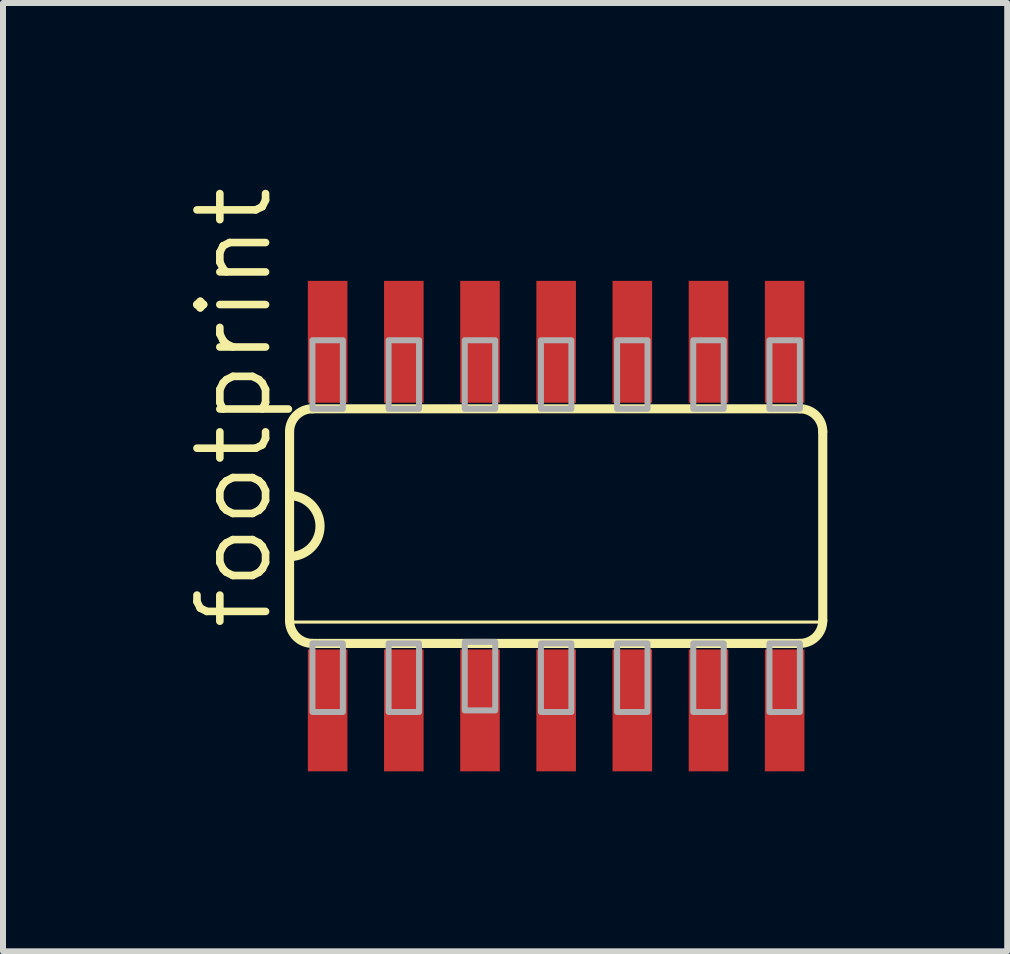
<source format=kicad_pcb>
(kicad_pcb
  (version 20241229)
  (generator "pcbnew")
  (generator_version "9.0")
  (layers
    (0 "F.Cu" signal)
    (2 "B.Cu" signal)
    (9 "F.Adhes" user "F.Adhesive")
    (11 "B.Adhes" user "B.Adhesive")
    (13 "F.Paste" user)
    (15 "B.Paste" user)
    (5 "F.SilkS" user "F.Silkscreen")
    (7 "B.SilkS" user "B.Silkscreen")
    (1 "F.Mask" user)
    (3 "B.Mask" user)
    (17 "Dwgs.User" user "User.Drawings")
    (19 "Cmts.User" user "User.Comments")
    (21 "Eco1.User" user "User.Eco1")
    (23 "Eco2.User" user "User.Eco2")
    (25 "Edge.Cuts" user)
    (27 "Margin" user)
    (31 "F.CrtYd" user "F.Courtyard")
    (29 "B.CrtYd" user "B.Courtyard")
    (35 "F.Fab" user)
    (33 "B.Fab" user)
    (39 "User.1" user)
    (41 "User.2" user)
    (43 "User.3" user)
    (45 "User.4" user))
  (footprint "footprint"
    (layer "F.Cu")
    (at 6.223 5.722)
    (property "Reference" "footprint" (at -4.699 1.778 90) (layer "F.SilkS") (effects (font (size 1.143 1.143) (thickness 0.127)) (justify left bottom)))
    (fp_line (start -4.445 -1.575) (end -4.445 -0.508) (stroke (width 0.152) (type solid)) (layer "F.SilkS"))
    (fp_line (start -4.445 -0.508) (end -4.445 0.508) (stroke (width 0.152) (type solid)) (layer "F.SilkS"))
    (fp_line (start -4.445 0.508) (end -4.445 1.575) (stroke (width 0.152) (type solid)) (layer "F.SilkS"))
    (fp_line (start -4.445 1.6) (end 4.445 1.6) (stroke (width 0.051) (type solid)) (layer "F.SilkS"))
    (fp_line (start -4.064 1.956) (end 4.064 1.956) (stroke (width 0.152) (type solid)) (layer "F.SilkS"))
    (fp_line (start 4.064 -1.956) (end -4.064 -1.956) (stroke (width 0.152) (type solid)) (layer "F.SilkS"))
    (fp_line (start 4.445 1.575) (end 4.445 -1.575) (stroke (width 0.152) (type solid)) (layer "F.SilkS"))
    (fp_arc (start -4.445 -1.5748) (mid -4.333408 -1.844208) (end -4.064 -1.9558) (stroke (width 0.1524) (type solid)) (layer "F.SilkS"))
    (fp_arc (start -4.445 -0.508) (mid -3.937 0) (end -4.445 0.508) (stroke (width 0.1524) (type solid)) (layer "F.SilkS"))
    (fp_arc (start -4.064 1.9558) (mid -4.333408 1.844208) (end -4.445 1.5748) (stroke (width 0.1524) (type solid)) (layer "F.SilkS"))
    (fp_arc (start 4.064 -1.9558) (mid 4.333408 -1.844208) (end 4.445 -1.5748) (stroke (width 0.1524) (type solid)) (layer "F.SilkS"))
    (fp_arc (start 4.445 1.5748) (mid 4.333408 1.844208) (end 4.064 1.9558) (stroke (width 0.1524) (type solid)) (layer "F.SilkS"))
    (fp_poly (pts (xy -4.064 -1.956) (xy -3.556 -1.956) (xy -3.556 -3.099) (xy -4.064 -3.099)) (stroke (width 0.1) (type solid)) (fill no) (layer "F.Fab"))
    (fp_poly (pts (xy -4.064 3.099) (xy -3.556 3.099) (xy -3.556 1.956) (xy -4.064 1.956)) (stroke (width 0.1) (type solid)) (fill no) (layer "F.Fab"))
    (fp_poly (pts (xy -2.794 -1.956) (xy -2.286 -1.956) (xy -2.286 -3.099) (xy -2.794 -3.099)) (stroke (width 0.1) (type solid)) (fill no) (layer "F.Fab"))
    (fp_poly (pts (xy -2.794 3.099) (xy -2.286 3.099) (xy -2.286 1.956) (xy -2.794 1.956)) (stroke (width 0.1) (type solid)) (fill no) (layer "F.Fab"))
    (fp_poly (pts (xy -1.524 -1.956) (xy -1.016 -1.956) (xy -1.016 -3.099) (xy -1.524 -3.099)) (stroke (width 0.1) (type solid)) (fill no) (layer "F.Fab"))
    (fp_poly (pts (xy -1.524 3.073) (xy -1.016 3.073) (xy -1.016 1.93) (xy -1.524 1.93)) (stroke (width 0.1) (type solid)) (fill no) (layer "F.Fab"))
    (fp_poly (pts (xy -0.254 -1.956) (xy 0.254 -1.956) (xy 0.254 -3.099) (xy -0.254 -3.099)) (stroke (width 0.1) (type solid)) (fill no) (layer "F.Fab"))
    (fp_poly (pts (xy -0.254 3.099) (xy 0.254 3.099) (xy 0.254 1.956) (xy -0.254 1.956)) (stroke (width 0.1) (type solid)) (fill no) (layer "F.Fab"))
    (fp_poly (pts (xy 1.016 -1.956) (xy 1.524 -1.956) (xy 1.524 -3.099) (xy 1.016 -3.099)) (stroke (width 0.1) (type solid)) (fill no) (layer "F.Fab"))
    (fp_poly (pts (xy 1.016 3.099) (xy 1.524 3.099) (xy 1.524 1.956) (xy 1.016 1.956)) (stroke (width 0.1) (type solid)) (fill no) (layer "F.Fab"))
    (fp_poly (pts (xy 2.286 -1.956) (xy 2.794 -1.956) (xy 2.794 -3.099) (xy 2.286 -3.099)) (stroke (width 0.1) (type solid)) (fill no) (layer "F.Fab"))
    (fp_poly (pts (xy 2.286 3.099) (xy 2.794 3.099) (xy 2.794 1.956) (xy 2.286 1.956)) (stroke (width 0.1) (type solid)) (fill no) (layer "F.Fab"))
    (fp_poly (pts (xy 3.556 -1.956) (xy 4.064 -1.956) (xy 4.064 -3.099) (xy 3.556 -3.099)) (stroke (width 0.1) (type solid)) (fill no) (layer "F.Fab"))
    (fp_poly (pts (xy 3.556 3.099) (xy 4.064 3.099) (xy 4.064 1.956) (xy 3.556 1.956)) (stroke (width 0.1) (type solid)) (fill no) (layer "F.Fab"))
    (pad "1" smd rect (at -3.81 3.073) (size 0.66 2.032) (layers "F.Cu" "F.Mask" "F.Paste"))
    (pad "2" smd rect (at -2.54 3.073) (size 0.66 2.032) (layers "F.Cu" "F.Mask" "F.Paste"))
    (pad "3" smd rect (at -1.27 3.073) (size 0.66 2.032) (layers "F.Cu" "F.Mask" "F.Paste"))
    (pad "4" smd rect (at 0 3.073) (size 0.66 2.032) (layers "F.Cu" "F.Mask" "F.Paste"))
    (pad "5" smd rect (at 1.27 3.073) (size 0.66 2.032) (layers "F.Cu" "F.Mask" "F.Paste"))
    (pad "6" smd rect (at 2.54 3.073) (size 0.66 2.032) (layers "F.Cu" "F.Mask" "F.Paste"))
    (pad "7" smd rect (at 3.81 3.073) (size 0.66 2.032) (layers "F.Cu" "F.Mask" "F.Paste"))
    (pad "8" smd rect (at 3.81 -3.073) (size 0.66 2.032) (layers "F.Cu" "F.Mask" "F.Paste"))
    (pad "9" smd rect (at 2.54 -3.073) (size 0.66 2.032) (layers "F.Cu" "F.Mask" "F.Paste"))
    (pad "10" smd rect (at 1.27 -3.073) (size 0.66 2.032) (layers "F.Cu" "F.Mask" "F.Paste"))
    (pad "11" smd rect (at 0 -3.073) (size 0.66 2.032) (layers "F.Cu" "F.Mask" "F.Paste"))
    (pad "12" smd rect (at -1.27 -3.073) (size 0.66 2.032) (layers "F.Cu" "F.Mask" "F.Paste"))
    (pad "13" smd rect (at -2.54 -3.073) (size 0.66 2.032) (layers "F.Cu" "F.Mask" "F.Paste"))
    (pad "14" smd rect (at -3.81 -3.073) (size 0.66 2.032) (layers "F.Cu" "F.Mask" "F.Paste")))
  (gr_rect
    (start -3 -3)
    (end 13.744 12.812)
    (stroke (width 0.1) (type default))
    (fill no)
    (layer "Edge.Cuts")))
</source>
